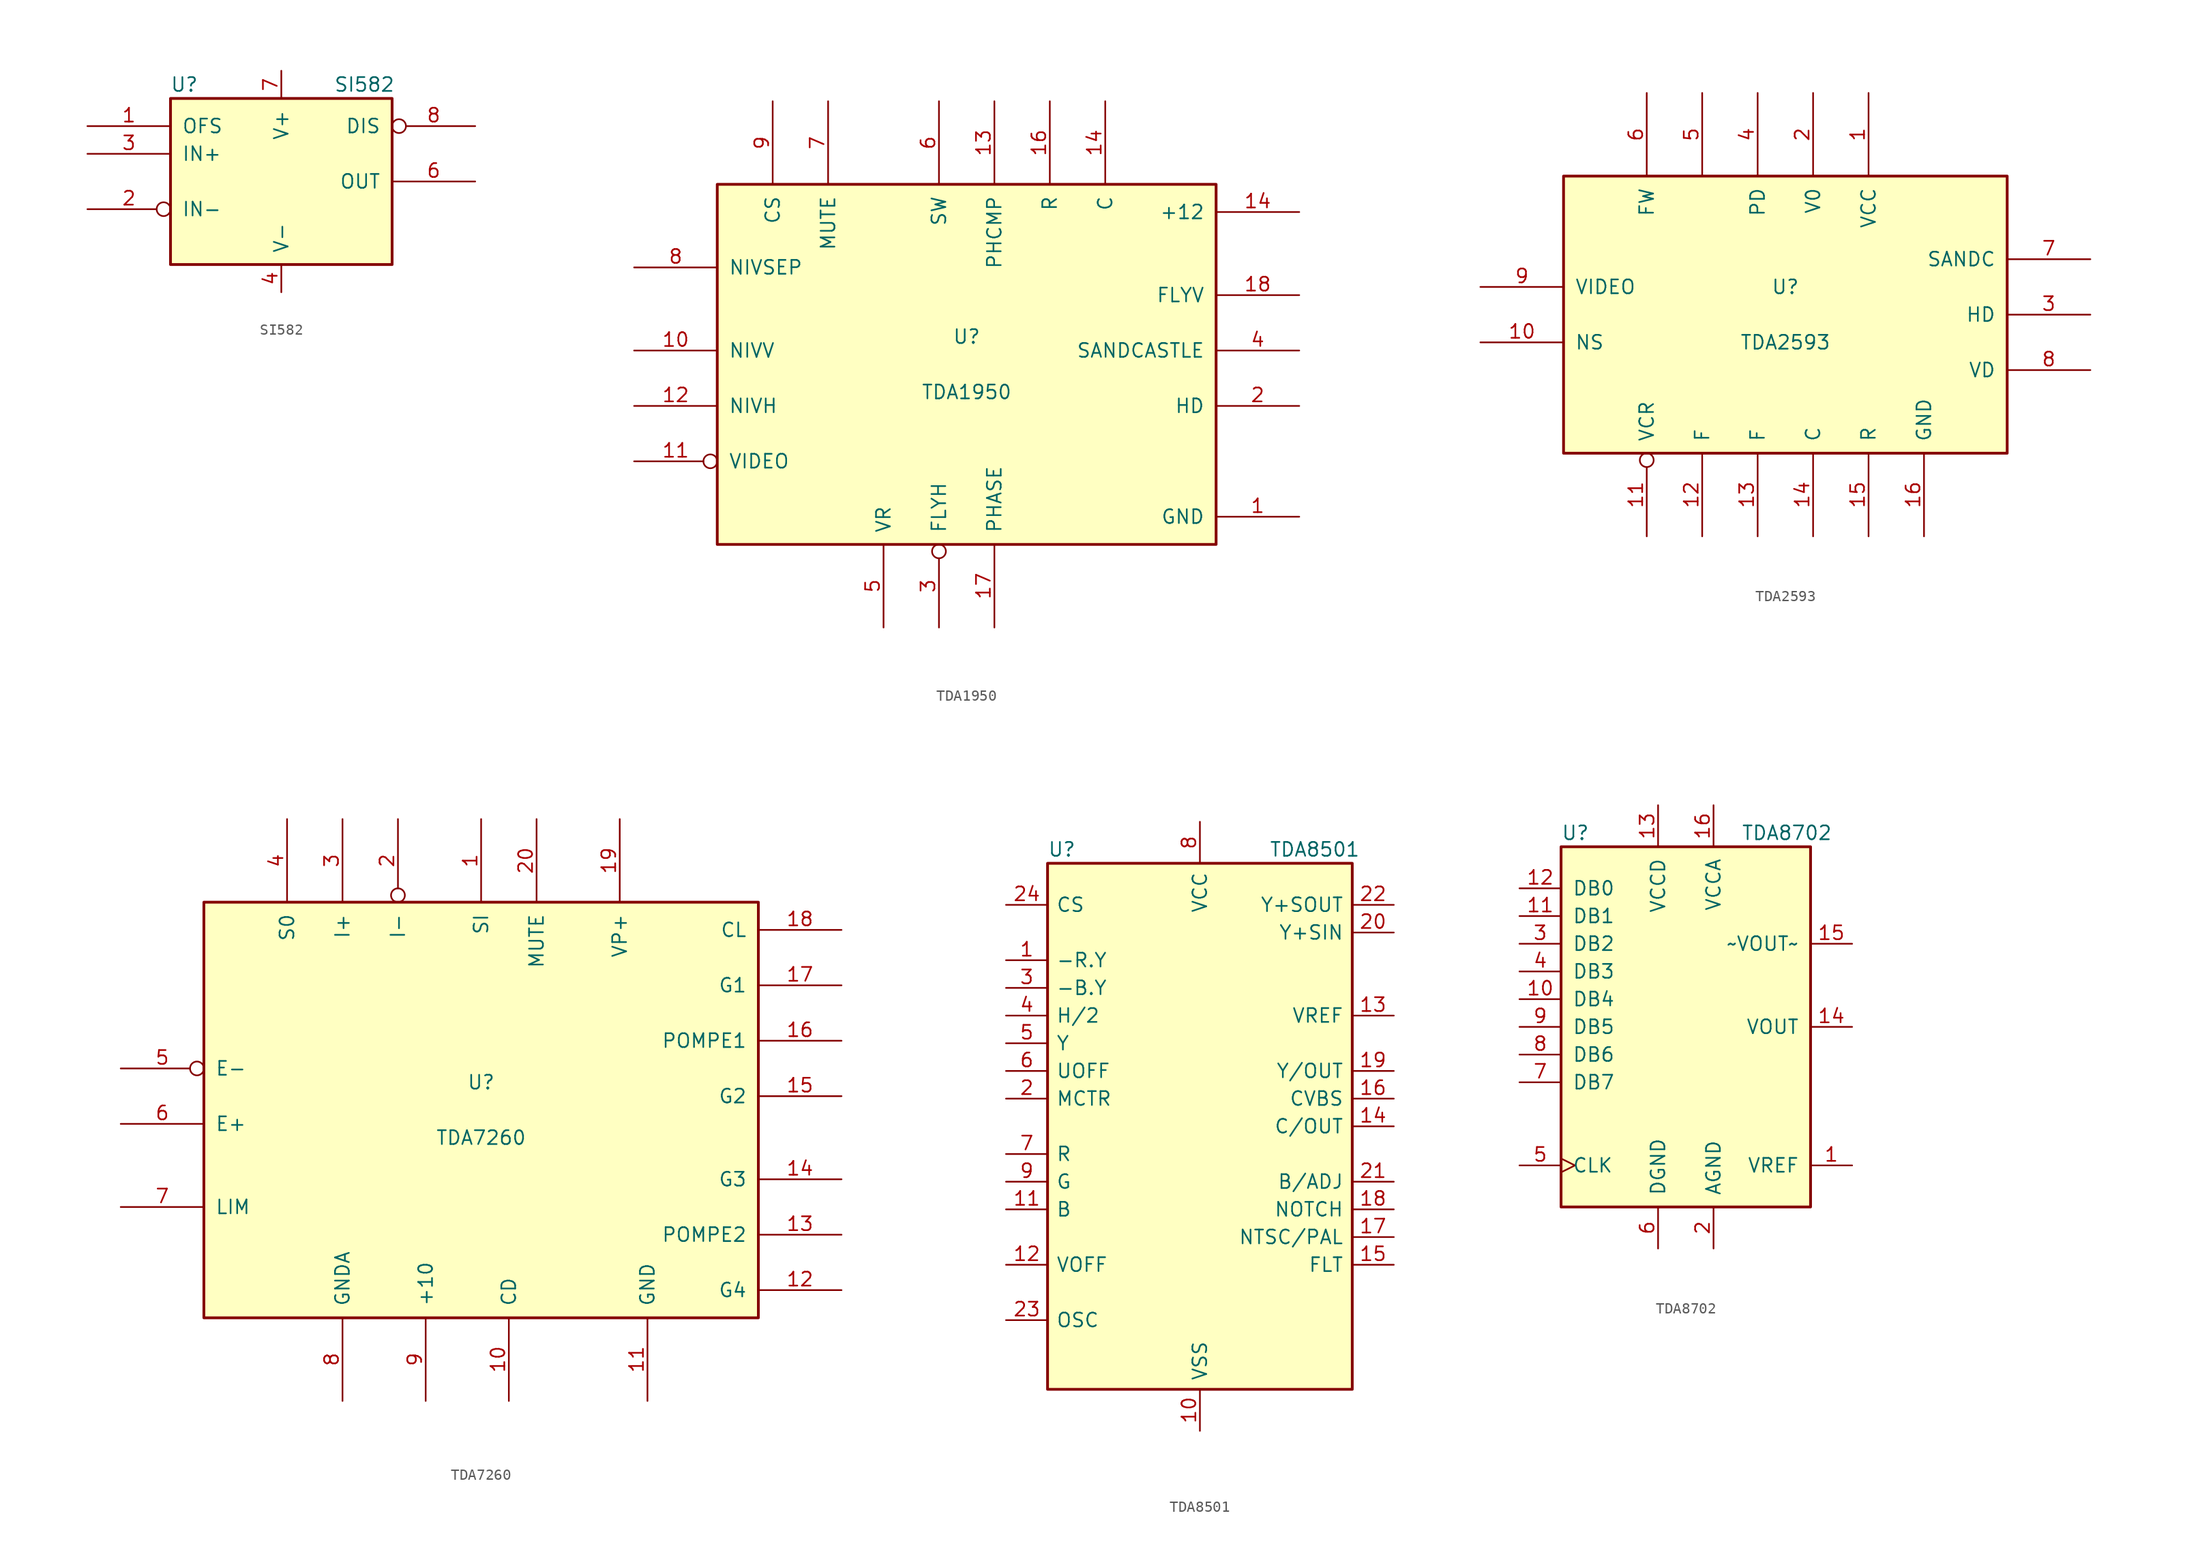
<source format=kicad_sym>
(kicad_symbol_lib
  (version 20210619)
  (generator kicad_symbol_editor)
  (symbol "Video:SI582"
    (pin_names
      (offset 1.016))
    (property "Reference" "U"
      (at -8.89 8.89 0)
      (effects (font (size 1.27 1.27))))
    (property "Value" "SI582"
      (at 7.62 8.89 0)
      (effects (font (size 1.27 1.27))))
    (symbol "SI582_0_1"
      (rectangle (start -10.16 -7.62) (end 10.16 7.62) (stroke (width 0.254)) (fill (type background))))
    (symbol "SI582_1_1"
      (pin input line (at -17.78 5.08 0) (length 7.62) (name "OFS" (effects (font (size 1.27 1.27)))) (number "1" (effects (font (size 1.27 1.27)))))
      (pin input inverted (at -17.78 -2.54 0) (length 7.62) (name "IN-" (effects (font (size 1.27 1.27)))) (number "2" (effects (font (size 1.27 1.27)))))
      (pin input line (at -17.78 2.54 0) (length 7.62) (name "IN+" (effects (font (size 1.27 1.27)))) (number "3" (effects (font (size 1.27 1.27)))))
      (pin power_in line (at 0 -10.16 90) (length 2.54) (name "V-" (effects (font (size 1.27 1.27)))) (number "4" (effects (font (size 1.27 1.27)))))
      (pin input line (at 17.78 0 180) (length 7.62) (name "OUT" (effects (font (size 1.27 1.27)))) (number "6" (effects (font (size 1.27 1.27)))))
      (pin power_in line (at 0 10.16 270) (length 2.54) (name "V+" (effects (font (size 1.27 1.27)))) (number "7" (effects (font (size 1.27 1.27)))))
      (pin input inverted (at 17.78 5.08 180) (length 7.62) (name "DIS" (effects (font (size 1.27 1.27)))) (number "8" (effects (font (size 1.27 1.27)))))))
  (symbol "Video:TDA1950"
    (pin_names
      (offset 1.016))
    (property "Reference" "U"
      (at 0 2.54 0)
      (effects (font (size 1.27 1.27))))
    (property "Value" "TDA1950"
      (at 0 -2.54 0)
      (effects (font (size 1.27 1.27))))
    (symbol "TDA1950_0_1"
      (rectangle (start -22.86 -16.51) (end 22.86 16.51) (stroke (width 0.254)) (fill (type background))))
    (symbol "TDA1950_1_1"
      (pin input line (at 30.48 -13.97 180) (length 7.62) (name "GND" (effects (font (size 1.27 1.27)))) (number "1" (effects (font (size 1.27 1.27)))))
      (pin output line (at -30.48 1.27 0) (length 7.62) (name "NIVV" (effects (font (size 1.27 1.27)))) (number "10" (effects (font (size 1.27 1.27)))))
      (pin input inverted (at -30.48 -8.89 0) (length 7.62) (name "VIDEO" (effects (font (size 1.27 1.27)))) (number "11" (effects (font (size 1.27 1.27)))))
      (pin output line (at -30.48 -3.81 0) (length 7.62) (name "NIVH" (effects (font (size 1.27 1.27)))) (number "12" (effects (font (size 1.27 1.27)))))
      (pin output line (at 2.54 24.13 270) (length 7.62) (name "PHCMP" (effects (font (size 1.27 1.27)))) (number "13" (effects (font (size 1.27 1.27)))))
      (pin input line (at 30.48 13.97 180) (length 7.62) (name "+12" (effects (font (size 1.27 1.27)))) (number "14" (effects (font (size 1.27 1.27)))))
      (pin output line (at 12.7 24.13 270) (length 7.62) (name "C" (effects (font (size 1.27 1.27)))) (number "14" (effects (font (size 1.27 1.27)))))
      (pin output line (at 7.62 24.13 270) (length 7.62) (name "R" (effects (font (size 1.27 1.27)))) (number "16" (effects (font (size 1.27 1.27)))))
      (pin input line (at 2.54 -24.13 90) (length 7.62) (name "PHASE" (effects (font (size 1.27 1.27)))) (number "17" (effects (font (size 1.27 1.27)))))
      (pin input line (at 30.48 6.35 180) (length 7.62) (name "FLYV" (effects (font (size 1.27 1.27)))) (number "18" (effects (font (size 1.27 1.27)))))
      (pin output line (at 30.48 -3.81 180) (length 7.62) (name "HD" (effects (font (size 1.27 1.27)))) (number "2" (effects (font (size 1.27 1.27)))))
      (pin input inverted (at -2.54 -24.13 90) (length 7.62) (name "FLYH" (effects (font (size 1.27 1.27)))) (number "3" (effects (font (size 1.27 1.27)))))
      (pin output line (at 30.48 1.27 180) (length 7.62) (name "SANDCASTLE" (effects (font (size 1.27 1.27)))) (number "4" (effects (font (size 1.27 1.27)))))
      (pin input line (at -7.62 -24.13 90) (length 7.62) (name "VR" (effects (font (size 1.27 1.27)))) (number "5" (effects (font (size 1.27 1.27)))))
      (pin output line (at -2.54 24.13 270) (length 7.62) (name "SW" (effects (font (size 1.27 1.27)))) (number "6" (effects (font (size 1.27 1.27)))))
      (pin output line (at -12.7 24.13 270) (length 7.62) (name "MUTE" (effects (font (size 1.27 1.27)))) (number "7" (effects (font (size 1.27 1.27)))))
      (pin input line (at -30.48 8.89 0) (length 7.62) (name "NIVSEP" (effects (font (size 1.27 1.27)))) (number "8" (effects (font (size 1.27 1.27)))))
      (pin output line (at -17.78 24.13 270) (length 7.62) (name "CS" (effects (font (size 1.27 1.27)))) (number "9" (effects (font (size 1.27 1.27)))))))
  (symbol "Video:TDA2593"
    (pin_names
      (offset 1.016))
    (property "Reference" "U"
      (at 0 2.54 0)
      (effects (font (size 1.27 1.27))))
    (property "Value" "TDA2593"
      (at 0 -2.54 0)
      (effects (font (size 1.27 1.27))))
    (symbol "TDA2593_0_1"
      (rectangle (start -20.32 -12.7) (end 20.32 12.7) (stroke (width 0.254)) (fill (type background))))
    (symbol "TDA2593_1_1"
      (pin input line (at 7.62 20.32 270) (length 7.62) (name "VCC" (effects (font (size 1.27 1.27)))) (number "1" (effects (font (size 1.27 1.27)))))
      (pin input line (at -27.94 -2.54 0) (length 7.62) (name "NS" (effects (font (size 1.27 1.27)))) (number "10" (effects (font (size 1.27 1.27)))))
      (pin input inverted (at -12.7 -20.32 90) (length 7.62) (name "VCR" (effects (font (size 1.27 1.27)))) (number "11" (effects (font (size 1.27 1.27)))))
      (pin input line (at -7.62 -20.32 90) (length 7.62) (name "F" (effects (font (size 1.27 1.27)))) (number "12" (effects (font (size 1.27 1.27)))))
      (pin input line (at -2.54 -20.32 90) (length 7.62) (name "F" (effects (font (size 1.27 1.27)))) (number "13" (effects (font (size 1.27 1.27)))))
      (pin input line (at 2.54 -20.32 90) (length 7.62) (name "C" (effects (font (size 1.27 1.27)))) (number "14" (effects (font (size 1.27 1.27)))))
      (pin input line (at 7.62 -20.32 90) (length 7.62) (name "R" (effects (font (size 1.27 1.27)))) (number "15" (effects (font (size 1.27 1.27)))))
      (pin input line (at 12.7 -20.32 90) (length 7.62) (name "GND" (effects (font (size 1.27 1.27)))) (number "16" (effects (font (size 1.27 1.27)))))
      (pin input line (at 2.54 20.32 270) (length 7.62) (name "V0" (effects (font (size 1.27 1.27)))) (number "2" (effects (font (size 1.27 1.27)))))
      (pin output line (at 27.94 0 180) (length 7.62) (name "HD" (effects (font (size 1.27 1.27)))) (number "3" (effects (font (size 1.27 1.27)))))
      (pin input line (at -2.54 20.32 270) (length 7.62) (name "PD" (effects (font (size 1.27 1.27)))) (number "4" (effects (font (size 1.27 1.27)))))
      (pin input line (at -7.62 20.32 270) (length 7.62) (name "~" (effects (font (size 1.27 1.27)))) (number "5" (effects (font (size 1.27 1.27)))))
      (pin input line (at -12.7 20.32 270) (length 7.62) (name "FW" (effects (font (size 1.27 1.27)))) (number "6" (effects (font (size 1.27 1.27)))))
      (pin output line (at 27.94 5.08 180) (length 7.62) (name "SANDC" (effects (font (size 1.27 1.27)))) (number "7" (effects (font (size 1.27 1.27)))))
      (pin output line (at 27.94 -5.08 180) (length 7.62) (name "VD" (effects (font (size 1.27 1.27)))) (number "8" (effects (font (size 1.27 1.27)))))
      (pin input line (at -27.94 2.54 0) (length 7.62) (name "VIDEO" (effects (font (size 1.27 1.27)))) (number "9" (effects (font (size 1.27 1.27)))))))
  (symbol "Video:TDA7260"
    (pin_names
      (offset 1.016))
    (property "Reference" "U"
      (at 0 2.54 0)
      (effects (font (size 1.27 1.27))))
    (property "Value" "TDA7260"
      (at 0 -2.54 0)
      (effects (font (size 1.27 1.27))))
    (symbol "TDA7260_0_1"
      (rectangle (start -25.4 -19.05) (end 25.4 19.05) (stroke (width 0.254)) (fill (type background))))
    (symbol "TDA7260_1_1"
      (pin output line (at 0 26.67 270) (length 7.62) (name "SI" (effects (font (size 1.27 1.27)))) (number "1" (effects (font (size 1.27 1.27)))))
      (pin input line (at 2.54 -26.67 90) (length 7.62) (name "CD" (effects (font (size 1.27 1.27)))) (number "10" (effects (font (size 1.27 1.27)))))
      (pin power_in line (at 15.24 -26.67 90) (length 7.62) (name "GND" (effects (font (size 1.27 1.27)))) (number "11" (effects (font (size 1.27 1.27)))))
      (pin output line (at 33.02 -16.51 180) (length 7.62) (name "G4" (effects (font (size 1.27 1.27)))) (number "12" (effects (font (size 1.27 1.27)))))
      (pin input line (at 33.02 -11.43 180) (length 7.62) (name "POMPE2" (effects (font (size 1.27 1.27)))) (number "13" (effects (font (size 1.27 1.27)))))
      (pin output line (at 33.02 -6.35 180) (length 7.62) (name "G3" (effects (font (size 1.27 1.27)))) (number "14" (effects (font (size 1.27 1.27)))))
      (pin output line (at 33.02 1.27 180) (length 7.62) (name "G2" (effects (font (size 1.27 1.27)))) (number "15" (effects (font (size 1.27 1.27)))))
      (pin input line (at 33.02 6.35 180) (length 7.62) (name "POMPE1" (effects (font (size 1.27 1.27)))) (number "16" (effects (font (size 1.27 1.27)))))
      (pin output line (at 33.02 11.43 180) (length 7.62) (name "G1" (effects (font (size 1.27 1.27)))) (number "17" (effects (font (size 1.27 1.27)))))
      (pin input line (at 33.02 16.51 180) (length 7.62) (name "CL" (effects (font (size 1.27 1.27)))) (number "18" (effects (font (size 1.27 1.27)))))
      (pin input line (at 12.7 26.67 270) (length 7.62) (name "VP+" (effects (font (size 1.27 1.27)))) (number "19" (effects (font (size 1.27 1.27)))))
      (pin input inverted (at -7.62 26.67 270) (length 7.62) (name "I-" (effects (font (size 1.27 1.27)))) (number "2" (effects (font (size 1.27 1.27)))))
      (pin input line (at 5.08 26.67 270) (length 7.62) (name "MUTE" (effects (font (size 1.27 1.27)))) (number "20" (effects (font (size 1.27 1.27)))))
      (pin input line (at -12.7 26.67 270) (length 7.62) (name "I+" (effects (font (size 1.27 1.27)))) (number "3" (effects (font (size 1.27 1.27)))))
      (pin output line (at -17.78 26.67 270) (length 7.62) (name "S0" (effects (font (size 1.27 1.27)))) (number "4" (effects (font (size 1.27 1.27)))))
      (pin input inverted (at -33.02 3.81 0) (length 7.62) (name "E-" (effects (font (size 1.27 1.27)))) (number "5" (effects (font (size 1.27 1.27)))))
      (pin input line (at -33.02 -1.27 0) (length 7.62) (name "E+" (effects (font (size 1.27 1.27)))) (number "6" (effects (font (size 1.27 1.27)))))
      (pin output line (at -33.02 -8.89 0) (length 7.62) (name "LIM" (effects (font (size 1.27 1.27)))) (number "7" (effects (font (size 1.27 1.27)))))
      (pin power_in line (at -12.7 -26.67 90) (length 7.62) (name "GNDA" (effects (font (size 1.27 1.27)))) (number "8" (effects (font (size 1.27 1.27)))))
      (pin output line (at -5.08 -26.67 90) (length 7.62) (name "+10" (effects (font (size 1.27 1.27)))) (number "9" (effects (font (size 1.27 1.27)))))))
  (symbol "Video:TDA8501"
    (pin_names
      (offset 0.762))
    (property "Reference" "U"
      (at -13.97 25.4 0)
      (effects (font (size 1.27 1.27)) (justify left)))
    (property "Value" "TDA8501"
      (at 6.35 25.4 0)
      (effects (font (size 1.27 1.27)) (justify left)))
    (symbol "TDA8501_0_1"
      (rectangle (start -13.97 24.13) (end 13.97 -24.13) (stroke (width 0.254)) (fill (type background))))
    (symbol "TDA8501_1_1"
      (pin input line (at -17.78 15.24 0) (length 3.81) (name "-R.Y" (effects (font (size 1.27 1.27)))) (number "1" (effects (font (size 1.27 1.27)))))
      (pin power_in line (at 0 -27.94 90) (length 3.81) (name "VSS" (effects (font (size 1.27 1.27)))) (number "10" (effects (font (size 1.27 1.27)))))
      (pin input line (at -17.78 -7.62 0) (length 3.81) (name "B" (effects (font (size 1.27 1.27)))) (number "11" (effects (font (size 1.27 1.27)))))
      (pin output line (at -17.78 -12.7 0) (length 3.81) (name "VOFF" (effects (font (size 1.27 1.27)))) (number "12" (effects (font (size 1.27 1.27)))))
      (pin passive line (at 17.78 10.16 180) (length 3.81) (name "VREF" (effects (font (size 1.27 1.27)))) (number "13" (effects (font (size 1.27 1.27)))))
      (pin output line (at 17.78 0 180) (length 3.81) (name "C/OUT" (effects (font (size 1.27 1.27)))) (number "14" (effects (font (size 1.27 1.27)))))
      (pin passive line (at 17.78 -12.7 180) (length 3.81) (name "FLT" (effects (font (size 1.27 1.27)))) (number "15" (effects (font (size 1.27 1.27)))))
      (pin output line (at 17.78 2.54 180) (length 3.81) (name "CVBS" (effects (font (size 1.27 1.27)))) (number "16" (effects (font (size 1.27 1.27)))))
      (pin input line (at 17.78 -10.16 180) (length 3.81) (name "NTSC/PAL" (effects (font (size 1.27 1.27)))) (number "17" (effects (font (size 1.27 1.27)))))
      (pin input line (at 17.78 -7.62 180) (length 3.81) (name "NOTCH" (effects (font (size 1.27 1.27)))) (number "18" (effects (font (size 1.27 1.27)))))
      (pin output line (at 17.78 5.08 180) (length 3.81) (name "Y/OUT" (effects (font (size 1.27 1.27)))) (number "19" (effects (font (size 1.27 1.27)))))
      (pin input line (at -17.78 2.54 0) (length 3.81) (name "MCTR" (effects (font (size 1.27 1.27)))) (number "2" (effects (font (size 1.27 1.27)))))
      (pin input line (at 17.78 17.78 180) (length 3.81) (name "Y+SIN" (effects (font (size 1.27 1.27)))) (number "20" (effects (font (size 1.27 1.27)))))
      (pin passive line (at 17.78 -5.08 180) (length 3.81) (name "B/ADJ" (effects (font (size 1.27 1.27)))) (number "21" (effects (font (size 1.27 1.27)))))
      (pin output line (at 17.78 20.32 180) (length 3.81) (name "Y+SOUT" (effects (font (size 1.27 1.27)))) (number "22" (effects (font (size 1.27 1.27)))))
      (pin output line (at -17.78 -17.78 0) (length 3.81) (name "OSC" (effects (font (size 1.27 1.27)))) (number "23" (effects (font (size 1.27 1.27)))))
      (pin input line (at -17.78 20.32 0) (length 3.81) (name "CS" (effects (font (size 1.27 1.27)))) (number "24" (effects (font (size 1.27 1.27)))))
      (pin input line (at -17.78 12.7 0) (length 3.81) (name "-B.Y" (effects (font (size 1.27 1.27)))) (number "3" (effects (font (size 1.27 1.27)))))
      (pin bidirectional line (at -17.78 10.16 0) (length 3.81) (name "H/2" (effects (font (size 1.27 1.27)))) (number "4" (effects (font (size 1.27 1.27)))))
      (pin input line (at -17.78 7.62 0) (length 3.81) (name "Y" (effects (font (size 1.27 1.27)))) (number "5" (effects (font (size 1.27 1.27)))))
      (pin output line (at -17.78 5.08 0) (length 3.81) (name "UOFF" (effects (font (size 1.27 1.27)))) (number "6" (effects (font (size 1.27 1.27)))))
      (pin input line (at -17.78 -2.54 0) (length 3.81) (name "R" (effects (font (size 1.27 1.27)))) (number "7" (effects (font (size 1.27 1.27)))))
      (pin power_in line (at 0 27.94 270) (length 3.81) (name "VCC" (effects (font (size 1.27 1.27)))) (number "8" (effects (font (size 1.27 1.27)))))
      (pin input line (at -17.78 -5.08 0) (length 3.81) (name "G" (effects (font (size 1.27 1.27)))) (number "9" (effects (font (size 1.27 1.27)))))))
  (symbol "Video:TDA8702"
    (pin_names
      (offset 1.016))
    (property "Reference" "U"
      (at -11.43 17.78 0)
      (effects (font (size 1.27 1.27)) (justify left)))
    (property "Value" "TDA8702"
      (at 5.08 17.78 0)
      (effects (font (size 1.27 1.27)) (justify left)))
    (symbol "TDA8702_0_1"
      (rectangle (start -11.43 16.51) (end 11.43 -16.51) (stroke (width 0.254)) (fill (type background))))
    (symbol "TDA8702_1_1"
      (pin bidirectional line (at 15.24 -12.7 180) (length 3.81) (name "VREF" (effects (font (size 1.27 1.27)))) (number "1" (effects (font (size 1.27 1.27)))))
      (pin input line (at -15.24 2.54 0) (length 3.81) (name "DB4" (effects (font (size 1.27 1.27)))) (number "10" (effects (font (size 1.27 1.27)))))
      (pin input line (at -15.24 10.16 0) (length 3.81) (name "DB1" (effects (font (size 1.27 1.27)))) (number "11" (effects (font (size 1.27 1.27)))))
      (pin input line (at -15.24 12.7 0) (length 3.81) (name "DB0" (effects (font (size 1.27 1.27)))) (number "12" (effects (font (size 1.27 1.27)))))
      (pin power_in line (at -2.54 20.32 270) (length 3.81) (name "VCCD" (effects (font (size 1.27 1.27)))) (number "13" (effects (font (size 1.27 1.27)))))
      (pin output line (at 15.24 0 180) (length 3.81) (name "VOUT" (effects (font (size 1.27 1.27)))) (number "14" (effects (font (size 1.27 1.27)))))
      (pin output line (at 15.24 7.62 180) (length 3.81) (name "~VOUT~" (effects (font (size 1.27 1.27)))) (number "15" (effects (font (size 1.27 1.27)))))
      (pin power_in line (at 2.54 20.32 270) (length 3.81) (name "VCCA" (effects (font (size 1.27 1.27)))) (number "16" (effects (font (size 1.27 1.27)))))
      (pin power_in line (at 2.54 -20.32 90) (length 3.81) (name "AGND" (effects (font (size 1.27 1.27)))) (number "2" (effects (font (size 1.27 1.27)))))
      (pin input line (at -15.24 7.62 0) (length 3.81) (name "DB2" (effects (font (size 1.27 1.27)))) (number "3" (effects (font (size 1.27 1.27)))))
      (pin input line (at -15.24 5.08 0) (length 3.81) (name "DB3" (effects (font (size 1.27 1.27)))) (number "4" (effects (font (size 1.27 1.27)))))
      (pin input clock (at -15.24 -12.7 0) (length 3.81) (name "CLK" (effects (font (size 1.27 1.27)))) (number "5" (effects (font (size 1.27 1.27)))))
      (pin power_in line (at -2.54 -20.32 90) (length 3.81) (name "DGND" (effects (font (size 1.27 1.27)))) (number "6" (effects (font (size 1.27 1.27)))))
      (pin input line (at -15.24 -5.08 0) (length 3.81) (name "DB7" (effects (font (size 1.27 1.27)))) (number "7" (effects (font (size 1.27 1.27)))))
      (pin input line (at -15.24 -2.54 0) (length 3.81) (name "DB6" (effects (font (size 1.27 1.27)))) (number "8" (effects (font (size 1.27 1.27)))))
      (pin input line (at -15.24 0 0) (length 3.81) (name "DB5" (effects (font (size 1.27 1.27)))) (number "9" (effects (font (size 1.27 1.27))))))))
</source>
